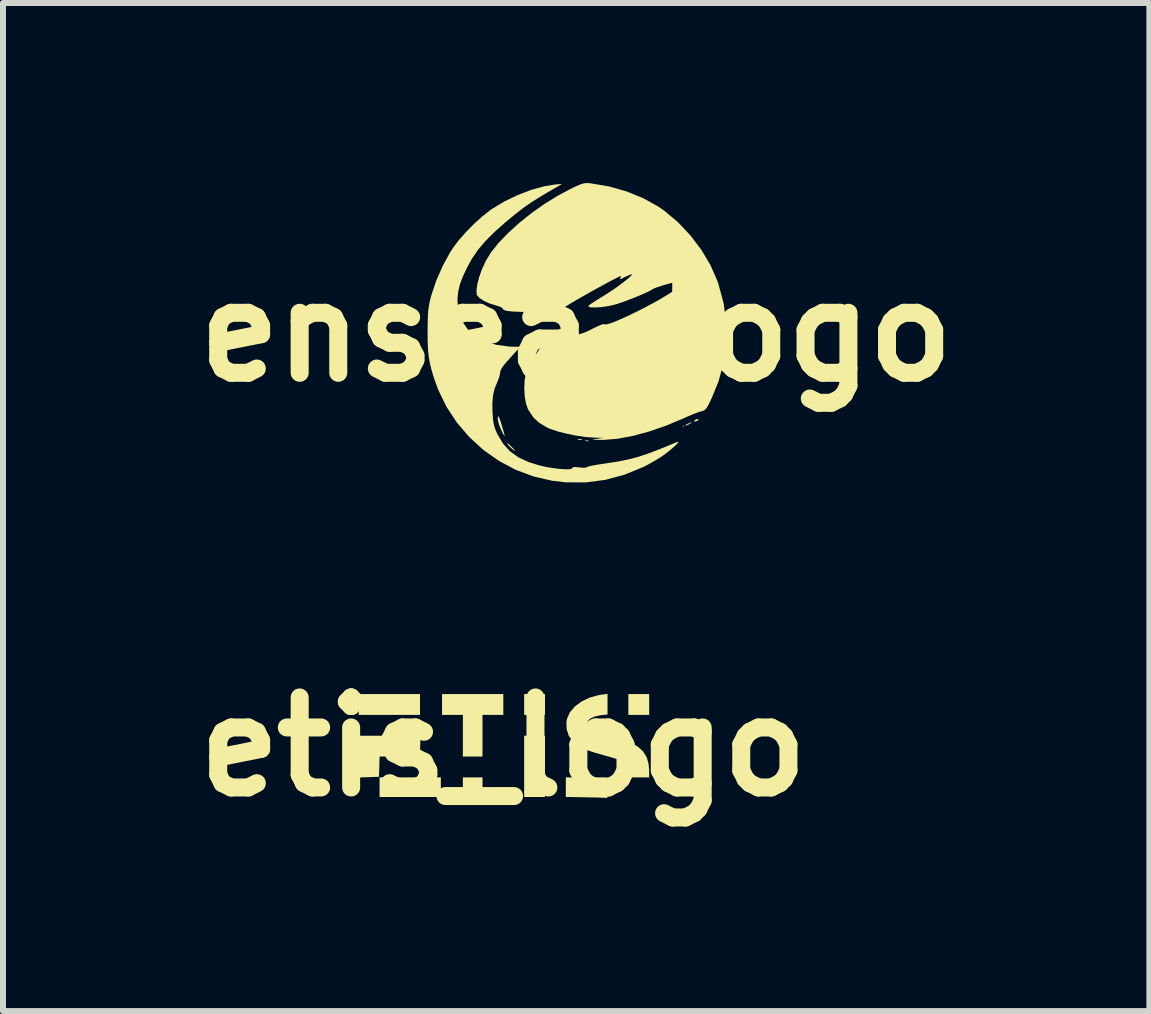
<source format=kicad_pcb>
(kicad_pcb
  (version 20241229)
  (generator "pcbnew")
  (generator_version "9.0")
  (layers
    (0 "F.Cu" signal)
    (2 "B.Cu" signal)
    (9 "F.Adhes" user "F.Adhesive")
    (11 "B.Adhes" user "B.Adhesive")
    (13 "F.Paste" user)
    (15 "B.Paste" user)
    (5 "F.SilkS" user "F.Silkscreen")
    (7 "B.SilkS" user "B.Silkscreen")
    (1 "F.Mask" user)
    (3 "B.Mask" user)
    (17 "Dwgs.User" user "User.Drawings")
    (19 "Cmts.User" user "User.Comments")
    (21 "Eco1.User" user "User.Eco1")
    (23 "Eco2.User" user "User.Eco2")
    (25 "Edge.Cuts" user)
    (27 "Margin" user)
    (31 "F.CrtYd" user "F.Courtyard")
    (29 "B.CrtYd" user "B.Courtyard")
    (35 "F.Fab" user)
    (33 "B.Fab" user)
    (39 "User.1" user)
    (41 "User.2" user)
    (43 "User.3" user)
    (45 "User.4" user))
  (footprint "ensea_logo"
    (layer "F.Cu")
    (at 6.55 2.483)
    (property "Reference" "ensea_logo" (at 0 0 0) (layer "F.SilkS") (effects (font (size 1.5 1.5) (thickness 0.3))))
    (attr board_only exclude_from_pos_files exclude_from_bom)
    (fp_poly (pts (xy 1.8 1.567) (xy 1.789 1.578) (xy 1.778 1.567) (xy 1.789 1.556)) (stroke (width 0) (type solid)) (fill yes) (layer "F.SilkS"))
    (fp_poly (pts (xy 0.206 1.808) (xy 0.208 1.816) (xy 0.178 1.819) (xy 0.146 1.815) (xy 0.15 1.808) (xy 0.195 1.805)) (stroke (width 0) (type solid)) (fill yes) (layer "F.SilkS"))
    (fp_poly (pts (xy 0.095 1.785) (xy 0.096 1.793) (xy 0.061 1.796) (xy 0.056 1.796) (xy 0.021 1.792) (xy 0.024 1.786) (xy 0.028 1.785) (xy 0.077 1.781)) (stroke (width 0) (type solid)) (fill yes) (layer "F.SilkS"))
    (fp_poly (pts (xy 2.038 1.45) (xy 2.033 1.467) (xy 2.002 1.486) (xy 1.982 1.489) (xy 1.957 1.485) (xy 1.973 1.47) (xy 1.978 1.467) (xy 2.018 1.447)) (stroke (width 0) (type solid)) (fill yes) (layer "F.SilkS"))
    (fp_poly (pts (xy 1.926 1.501) (xy 1.901 1.521) (xy 1.87 1.541) (xy 1.837 1.555) (xy 1.818 1.558) (xy 1.824 1.547) (xy 1.849 1.533) (xy 1.889 1.513) (xy 1.926 1.496)) (stroke (width 0) (type solid)) (fill yes) (layer "F.SilkS"))
    (fp_poly (pts (xy -1.142 1.855) (xy -1.106 1.884) (xy -1.089 1.9) (xy -1.041 1.948) (xy -1.023 1.972) (xy -1.028 1.978) (xy -1.046 1.964) (xy -1.084 1.931) (xy -1.095 1.921) (xy -1.134 1.881) (xy -1.155 1.853) (xy -1.156 1.85)) (stroke (width 0) (type solid)) (fill yes) (layer "F.SilkS"))
    (fp_poly (pts (xy -1.29 1.41) (xy -1.272 1.454) (xy -1.245 1.535) (xy -1.242 1.547) (xy -1.217 1.63) (xy -1.199 1.694) (xy -1.192 1.729) (xy -1.193 1.733) (xy -1.206 1.715) (xy -1.232 1.667) (xy -1.258 1.612) (xy -1.288 1.534) (xy -1.305 1.462) (xy -1.307 1.425) (xy -1.301 1.402)) (stroke (width 0) (type solid)) (fill yes) (layer "F.SilkS"))
    (fp_poly (pts (xy -0.356 -2.398) (xy -0.512 -2.307) (xy -0.638 -2.231) (xy -0.742 -2.165) (xy -0.834 -2.103) (xy -0.92 -2.039) (xy -1.011 -1.968) (xy -1.115 -1.883) (xy -1.178 -1.83) (xy -1.361 -1.668) (xy -1.511 -1.518) (xy -1.634 -1.373) (xy -1.736 -1.224) (xy -1.816 -1.079) (xy -1.887 -0.928) (xy -1.936 -0.8) (xy -1.964 -0.684) (xy -1.977 -0.567) (xy -1.978 -0.513) (xy -1.957 -0.336) (xy -1.899 -0.179) (xy -1.805 -0.043) (xy -1.677 0.068) (xy -1.518 0.154) (xy -1.331 0.212) (xy -1.117 0.241) (xy -1.026 0.244) (xy -0.93 0.244) (xy -1.098 0.428) (xy -1.179 0.519) (xy -1.232 0.587) (xy -1.259 0.637) (xy -1.267 0.673) (xy -1.277 0.734) (xy -1.302 0.805) (xy -1.308 0.818) (xy -1.357 0.935) (xy -1.386 1.055) (xy -1.397 1.19) (xy -1.394 1.337) (xy -1.386 1.45) (xy -1.374 1.534) (xy -1.354 1.604) (xy -1.324 1.676) (xy -1.312 1.701) (xy -1.219 1.858) (xy -1.104 1.985) (xy -0.963 2.087) (xy -0.789 2.167) (xy -0.61 2.222) (xy -0.502 2.247) (xy -0.391 2.265) (xy -0.284 2.279) (xy -0.189 2.285) (xy -0.117 2.285) (xy -0.074 2.277) (xy -0.067 2.267) (xy -0.055 2.252) (xy -0.014 2.248) (xy 0.056 2.255) (xy 0.122 2.26) (xy 0.167 2.257) (xy 0.178 2.25) (xy 0.198 2.24) (xy 0.255 2.227) (xy 0.34 2.211) (xy 0.445 2.195) (xy 0.472 2.191) (xy 0.689 2.158) (xy 0.877 2.12) (xy 1.051 2.073) (xy 1.227 2.014) (xy 1.389 1.951) (xy 1.492 1.909) (xy 1.582 1.872) (xy 1.65 1.844) (xy 1.687 1.829) (xy 1.689 1.828) (xy 1.706 1.828) (xy 1.692 1.85) (xy 1.654 1.89) (xy 1.594 1.942) (xy 1.519 2.004) (xy 1.489 2.027) (xy 1.404 2.086) (xy 1.296 2.152) (xy 1.182 2.215) (xy 1.122 2.246) (xy 0.806 2.376) (xy 0.484 2.462) (xy 0.157 2.505) (xy -0.175 2.503) (xy -0.4 2.477) (xy -0.71 2.406) (xy -1.007 2.295) (xy -1.287 2.146) (xy -1.546 1.964) (xy -1.78 1.75) (xy -1.987 1.509) (xy -2.162 1.243) (xy -2.301 0.956) (xy -2.362 0.789) (xy -2.405 0.65) (xy -2.436 0.53) (xy -2.456 0.415) (xy -2.469 0.295) (xy -2.475 0.155) (xy -2.476 -0.016) (xy -2.476 -0.022) (xy -2.474 -0.166) (xy -2.471 -0.277) (xy -2.464 -0.366) (xy -2.453 -0.444) (xy -2.437 -0.523) (xy -2.414 -0.611) (xy -2.334 -0.851) (xy -2.227 -1.096) (xy -2.102 -1.326) (xy -2.051 -1.405) (xy -1.956 -1.531) (xy -1.834 -1.669) (xy -1.698 -1.807) (xy -1.558 -1.933) (xy -1.427 -2.036) (xy -1.403 -2.052) (xy -1.197 -2.176) (xy -0.975 -2.283) (xy -0.751 -2.369) (xy -0.534 -2.429) (xy -0.367 -2.457) (xy -0.233 -2.47)) (stroke (width 0) (type solid)) (fill yes) (layer "F.SilkS"))
    (fp_poly (pts (xy 0.221 -2.481) (xy 0.244 -2.478) (xy 0.547 -2.427) (xy 0.841 -2.343) (xy 1.118 -2.23) (xy 1.368 -2.091) (xy 1.469 -2.021) (xy 1.697 -1.83) (xy 1.905 -1.609) (xy 2.088 -1.367) (xy 2.239 -1.112) (xy 2.353 -0.851) (xy 2.366 -0.814) (xy 2.456 -0.482) (xy 2.501 -0.151) (xy 2.502 0.177) (xy 2.459 0.502) (xy 2.371 0.823) (xy 2.257 1.102) (xy 2.212 1.195) (xy 2.178 1.256) (xy 2.15 1.291) (xy 2.121 1.31) (xy 2.088 1.319) (xy 2.037 1.334) (xy 1.958 1.364) (xy 1.864 1.403) (xy 1.802 1.431) (xy 1.508 1.555) (xy 1.221 1.655) (xy 0.947 1.729) (xy 0.691 1.777) (xy 0.46 1.796) (xy 0.4 1.796) (xy 0.318 1.794) (xy 0.277 1.792) (xy 0.275 1.789) (xy 0.308 1.783) (xy 0.344 1.778) (xy 0.456 1.763) (xy 0.311 1.759) (xy 0.168 1.749) (xy 0.009 1.727) (xy -0.153 1.694) (xy -0.305 1.656) (xy -0.433 1.613) (xy -0.491 1.587) (xy -0.618 1.511) (xy -0.714 1.421) (xy -0.792 1.304) (xy -0.805 1.28) (xy -0.837 1.189) (xy -0.857 1.071) (xy -0.865 0.939) (xy -0.86 0.811) (xy -0.841 0.7) (xy -0.839 0.695) (xy -0.81 0.62) (xy -0.766 0.529) (xy -0.711 0.433) (xy -0.654 0.342) (xy -0.6 0.266) (xy -0.556 0.218) (xy -0.547 0.211) (xy -0.504 0.193) (xy -0.431 0.173) (xy -0.34 0.152) (xy -0.3 0.144) (xy -0.199 0.123) (xy -0.104 0.097) (xy -0.032 0.073) (xy -0.016 0.065) (xy 0.043 0.038) (xy 0.087 0.023) (xy 0.095 0.022) (xy 0.126 0.012) (xy 0.186 -0.013) (xy 0.262 -0.05) (xy 0.293 -0.066) (xy 0.37 -0.103) (xy 0.431 -0.127) (xy 0.466 -0.134) (xy 0.471 -0.132) (xy 0.495 -0.126) (xy 0.551 -0.14) (xy 0.635 -0.17) (xy 0.741 -0.215) (xy 0.863 -0.27) (xy 0.995 -0.334) (xy 1.132 -0.403) (xy 1.268 -0.476) (xy 1.398 -0.548) (xy 1.516 -0.619) (xy 1.616 -0.683) (xy 1.639 -0.699) (xy 1.692 -0.748) (xy 1.718 -0.793) (xy 1.713 -0.827) (xy 1.7 -0.837) (xy 1.667 -0.835) (xy 1.605 -0.822) (xy 1.525 -0.801) (xy 1.439 -0.776) (xy 1.359 -0.751) (xy 1.298 -0.728) (xy 1.267 -0.711) (xy 1.232 -0.689) (xy 1.165 -0.657) (xy 1.074 -0.617) (xy 0.969 -0.574) (xy 0.859 -0.531) (xy 0.753 -0.493) (xy 0.667 -0.464) (xy 0.579 -0.442) (xy 0.485 -0.425) (xy 0.392 -0.414) (xy 0.309 -0.41) (xy 0.245 -0.412) (xy 0.207 -0.422) (xy 0.205 -0.439) (xy 0.232 -0.461) (xy 0.29 -0.5) (xy 0.367 -0.549) (xy 0.436 -0.591) (xy 0.536 -0.654) (xy 0.639 -0.722) (xy 0.736 -0.792) (xy 0.821 -0.857) (xy 0.886 -0.911) (xy 0.924 -0.949) (xy 0.93 -0.959) (xy 0.917 -0.962) (xy 0.874 -0.946) (xy 0.819 -0.921) (xy 0.754 -0.89) (xy 0.726 -0.884) (xy 0.731 -0.897) (xy 0.748 -0.925) (xy 0.743 -0.933) (xy 0.714 -0.923) (xy 0.654 -0.893) (xy 0.569 -0.849) (xy 0.466 -0.793) (xy 0.35 -0.73) (xy 0.229 -0.663) (xy 0.11 -0.595) (xy -0.002 -0.531) (xy -0.098 -0.474) (xy -0.174 -0.428) (xy -0.221 -0.397) (xy -0.224 -0.395) (xy -0.312 -0.338) (xy -0.384 -0.314) (xy -0.406 -0.313) (xy -0.449 -0.316) (xy -0.448 -0.325) (xy -0.439 -0.33) (xy -0.445 -0.335) (xy -0.489 -0.338) (xy -0.564 -0.34) (xy -0.662 -0.339) (xy -0.695 -0.338) (xy -0.887 -0.336) (xy -1.036 -0.341) (xy -1.142 -0.351) (xy -1.204 -0.367) (xy -1.222 -0.388) (xy -1.243 -0.411) (xy -1.297 -0.433) (xy -1.339 -0.445) (xy -1.441 -0.476) (xy -1.534 -0.518) (xy -1.607 -0.565) (xy -1.651 -0.612) (xy -1.656 -0.623) (xy -1.662 -0.695) (xy -1.648 -0.795) (xy -1.617 -0.915) (xy -1.571 -1.045) (xy -1.512 -1.175) (xy -1.508 -1.184) (xy -1.416 -1.333) (xy -1.288 -1.492) (xy -1.129 -1.656) (xy -0.947 -1.821) (xy -0.745 -1.982) (xy -0.531 -2.134) (xy -0.309 -2.271) (xy -0.105 -2.38) (xy -0.004 -2.429) (xy 0.068 -2.46) (xy 0.122 -2.477) (xy 0.17 -2.483)) (stroke (width 0) (type solid)) (fill yes) (layer "F.SilkS")))
  (footprint "etis_logo"
    (layer "F.Cu")
    (at 5.336 9.392)
    (property "Reference" "etis_logo" (at 0 0 0) (layer "F.SilkS") (effects (font (size 1.5 1.5) (thickness 0.3))))
    (attr board_only exclude_from_pos_files exclude_from_bom)
    (fp_poly (pts (xy -1.388 -0.704) (xy -1.388 -0.531) (xy -1.899 -0.531) (xy -2.409 -0.531) (xy -2.409 -0.704) (xy -2.409 -0.878) (xy -1.899 -0.878) (xy -1.388 -0.878)) (stroke (width 0) (type solid)) (fill yes) (layer "F.SilkS"))
    (fp_poly (pts (xy -1.041 0.674) (xy -1.041 0.837) (xy -1.552 0.837) (xy -2.062 0.837) (xy -2.062 0.674) (xy -2.062 0.51) (xy -1.552 0.51) (xy -1.041 0.51)) (stroke (width 0) (type solid)) (fill yes) (layer "F.SilkS"))
    (fp_poly (pts (xy -0.347 0.674) (xy -0.347 0.837) (xy -0.51 0.837) (xy -0.674 0.837) (xy -0.674 0.674) (xy -0.674 0.51) (xy -0.51 0.51) (xy -0.347 0.51)) (stroke (width 0) (type solid)) (fill yes) (layer "F.SilkS"))
    (fp_poly (pts (xy 0.694 -0.704) (xy 0.694 -0.531) (xy 0.521 -0.531) (xy 0.347 -0.531) (xy 0.347 -0.704) (xy 0.347 -0.878) (xy 0.521 -0.878) (xy 0.694 -0.878)) (stroke (width 0) (type solid)) (fill yes) (layer "F.SilkS"))
    (fp_poly (pts (xy 0.694 0.327) (xy 0.694 0.837) (xy 0.521 0.837) (xy 0.347 0.837) (xy 0.347 0.327) (xy 0.347 -0.184) (xy 0.521 -0.184) (xy 0.694 -0.184)) (stroke (width 0) (type solid)) (fill yes) (layer "F.SilkS"))
    (fp_poly (pts (xy 2.43 -0.704) (xy 2.43 -0.531) (xy 2.256 -0.531) (xy 2.083 -0.531) (xy 2.083 -0.704) (xy 2.083 -0.878) (xy 2.256 -0.878) (xy 2.43 -0.878)) (stroke (width 0) (type solid)) (fill yes) (layer "F.SilkS"))
    (fp_poly (pts (xy -1.385 -0.01) (xy -1.391 0.163) (xy -1.726 0.163) (xy -2.061 0.163) (xy -2.066 0.332) (xy -2.072 0.5) (xy -2.241 0.506) (xy -2.409 0.512) (xy -2.409 0.164) (xy -2.409 -0.184) (xy -1.894 -0.184) (xy -1.378 -0.184)) (stroke (width 0) (type solid)) (fill yes) (layer "F.SilkS"))
    (fp_poly (pts (xy 1.736 0.684) (xy 1.735 0.762) (xy 1.734 0.82) (xy 1.731 0.851) (xy 1.73 0.853) (xy 1.709 0.851) (xy 1.654 0.849) (xy 1.572 0.846) (xy 1.469 0.844) (xy 1.383 0.842) (xy 1.041 0.836) (xy 1.041 0.673) (xy 1.041 0.51) (xy 1.388 0.51) (xy 1.736 0.51)) (stroke (width 0) (type solid)) (fill yes) (layer "F.SilkS"))
    (fp_poly (pts (xy 0 -0.704) (xy 0 -0.531) (xy -0.174 -0.531) (xy -0.347 -0.531) (xy -0.347 -0.184) (xy -0.347 0.163) (xy -0.51 0.163) (xy -0.674 0.163) (xy -0.674 -0.184) (xy -0.674 -0.531) (xy -0.847 -0.531) (xy -1.021 -0.531) (xy -1.021 -0.704) (xy -1.021 -0.878) (xy -0.51 -0.878) (xy 0 -0.878)) (stroke (width 0) (type solid)) (fill yes) (layer "F.SilkS"))
    (fp_poly (pts (xy 1.736 -0.709) (xy 1.736 -0.537) (xy 1.619 -0.525) (xy 1.525 -0.505) (xy 1.452 -0.472) (xy 1.406 -0.43) (xy 1.391 -0.382) (xy 1.411 -0.335) (xy 1.442 -0.305) (xy 1.49 -0.278) (xy 1.559 -0.25) (xy 1.655 -0.22) (xy 1.786 -0.184) (xy 1.789 -0.183) (xy 1.978 -0.127) (xy 2.128 -0.067) (xy 2.245 0.001) (xy 2.33 0.079) (xy 2.387 0.171) (xy 2.419 0.279) (xy 2.43 0.407) (xy 2.43 0.412) (xy 2.43 0.51) (xy 2.257 0.51) (xy 2.085 0.51) (xy 2.079 0.405) (xy 2.072 0.351) (xy 2.057 0.308) (xy 2.029 0.272) (xy 1.981 0.241) (xy 1.908 0.211) (xy 1.806 0.178) (xy 1.677 0.142) (xy 1.53 0.1) (xy 1.416 0.063) (xy 1.328 0.028) (xy 1.259 -0.009) (xy 1.202 -0.049) (xy 1.156 -0.091) (xy 1.09 -0.184) (xy 1.054 -0.297) (xy 1.051 -0.416) (xy 1.062 -0.47) (xy 1.11 -0.576) (xy 1.193 -0.672) (xy 1.304 -0.755) (xy 1.437 -0.819) (xy 1.586 -0.86) (xy 1.628 -0.867) (xy 1.736 -0.882)) (stroke (width 0) (type solid)) (fill yes) (layer "F.SilkS")))
  (gr_rect
    (start -3 -3)
    (end 16.1 13.796)
    (stroke (width 0.1) (type default))
    (fill no)
    (layer "Edge.Cuts")))
</source>
